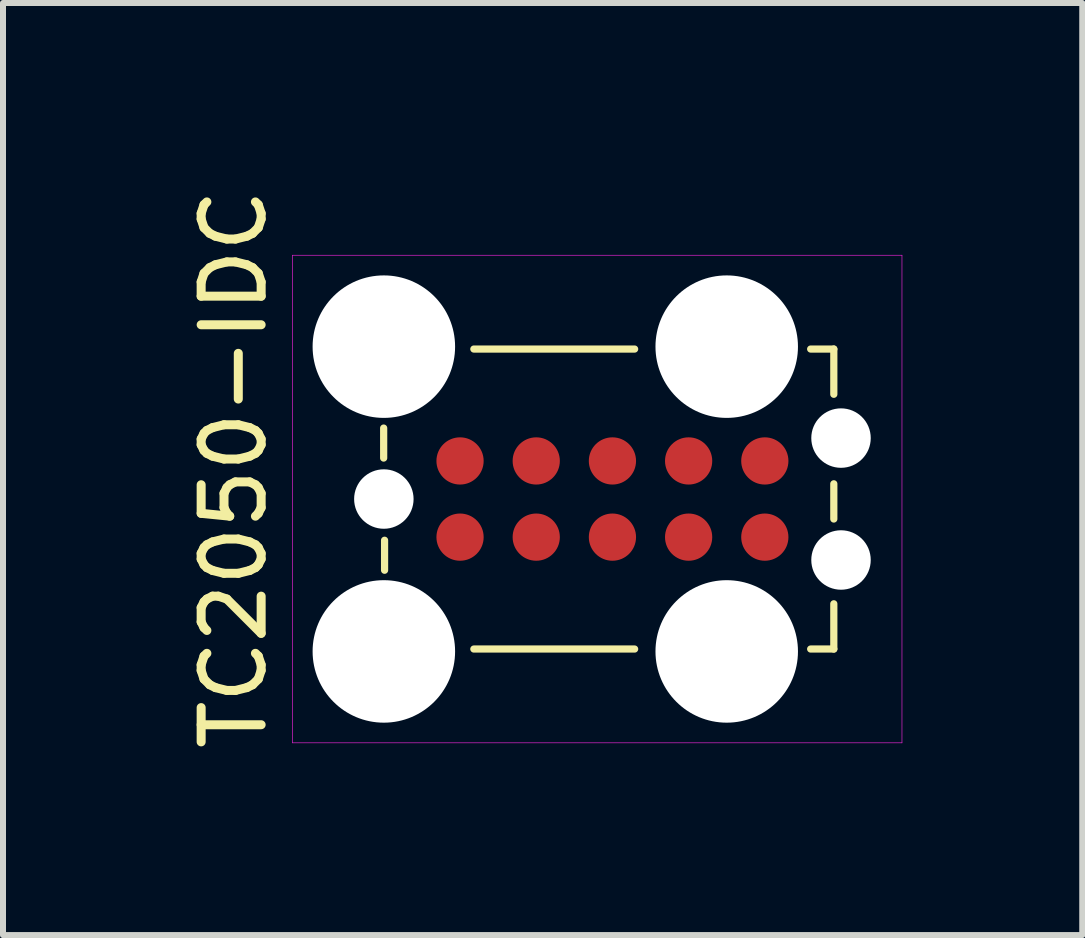
<source format=kicad_pcb>
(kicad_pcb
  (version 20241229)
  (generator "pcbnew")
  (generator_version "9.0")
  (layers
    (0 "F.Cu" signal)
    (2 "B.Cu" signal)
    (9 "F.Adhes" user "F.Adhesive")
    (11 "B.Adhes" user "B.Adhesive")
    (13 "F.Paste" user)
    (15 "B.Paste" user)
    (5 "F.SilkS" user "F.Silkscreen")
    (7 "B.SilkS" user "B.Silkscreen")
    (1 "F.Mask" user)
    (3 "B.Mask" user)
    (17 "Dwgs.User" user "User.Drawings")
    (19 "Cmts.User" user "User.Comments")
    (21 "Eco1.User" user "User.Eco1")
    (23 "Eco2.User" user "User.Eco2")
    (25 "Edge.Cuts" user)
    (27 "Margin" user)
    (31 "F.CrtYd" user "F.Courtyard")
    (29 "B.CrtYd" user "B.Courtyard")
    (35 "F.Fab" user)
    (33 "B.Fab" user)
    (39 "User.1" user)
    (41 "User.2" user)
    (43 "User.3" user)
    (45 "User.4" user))
  (footprint "TC2050-IDC"
    (layer "F.Cu")
    (at 3.348 5.268)
    (property "Reference" "TC2050-IDC" (at -2.5 -0.5 90) (layer "F.SilkS") (effects (font (size 1 1) (thickness 0.15))))
    (attr through_hole)
    (fp_line (start -0.003 -0.683) (end -0.003 -1.183) (stroke (width 0.12) (type solid)) (layer "F.SilkS"))
    (fp_line (start 0.012 1.187) (end 0.012 0.687) (stroke (width 0.12) (type solid)) (layer "F.SilkS"))
    (fp_line (start 1.5 -2.5) (end 4.18 -2.5) (stroke (width 0.12) (type solid)) (layer "F.SilkS"))
    (fp_line (start 4.18 2.5) (end 1.5 2.5) (stroke (width 0.12) (type solid)) (layer "F.SilkS"))
    (fp_line (start 7.114 -2.5) (end 7.5 -2.5) (stroke (width 0.12) (type solid)) (layer "F.SilkS"))
    (fp_line (start 7.114 2.5) (end 7.5 2.5) (stroke (width 0.12) (type solid)) (layer "F.SilkS"))
    (fp_line (start 7.5 -2.5) (end 7.5 -1.746) (stroke (width 0.12) (type solid)) (layer "F.SilkS"))
    (fp_line (start 7.5 -0.254) (end 7.5 0.333) (stroke (width 0.12) (type solid)) (layer "F.SilkS"))
    (fp_line (start 7.5 1.746) (end 7.5 2.5) (stroke (width 0.12) (type solid)) (layer "F.SilkS"))
    (fp_line (start -1.524 -4.064) (end -1.524 4.064) (stroke (width 0.01) (type solid)) (layer "F.CrtYd"))
    (fp_line (start -1.524 -4.064) (end 8.636 -4.064) (stroke (width 0.01) (type solid)) (layer "F.CrtYd"))
    (fp_line (start -1.524 4.064) (end 8.636 4.064) (stroke (width 0.01) (type solid)) (layer "F.CrtYd"))
    (fp_line (start 8.636 -4.064) (end 8.636 4.064) (stroke (width 0.01) (type solid)) (layer "F.CrtYd"))
    (pad "" np_thru_hole circle (at 0 -2.54) (size 2.375 2.375) (drill 2.375) (layers "*.Cu" "*.Mask"))
    (pad "" np_thru_hole circle (at 0 0) (size 0.991 0.991) (drill 0.991) (layers "*.Cu" "*.Mask"))
    (pad "" np_thru_hole circle (at 0 2.54) (size 2.375 2.375) (drill 2.375) (layers "*.Cu" "*.Mask"))
    (pad "" np_thru_hole circle (at 5.715 -2.54) (size 2.375 2.375) (drill 2.375) (layers "*.Cu" "*.Mask"))
    (pad "" np_thru_hole circle (at 5.715 2.54) (size 2.375 2.375) (drill 2.375) (layers "*.Cu" "*.Mask"))
    (pad "" np_thru_hole circle (at 7.62 -1.016) (size 0.991 0.991) (drill 0.991) (layers "*.Cu" "*.Mask"))
    (pad "" np_thru_hole circle (at 7.62 1.016) (size 0.991 0.991) (drill 0.991) (layers "*.Cu" "*.Mask"))
    (pad "1" smd circle (at 1.27 0.635) (size 0.787 0.787) (layers "F.Cu" "F.Mask"))
    (pad "2" smd circle (at 2.54 0.635) (size 0.787 0.787) (layers "F.Cu" "F.Mask"))
    (pad "3" smd circle (at 3.81 0.635) (size 0.787 0.787) (layers "F.Cu" "F.Mask"))
    (pad "4" smd circle (at 5.08 0.635) (size 0.787 0.787) (layers "F.Cu" "F.Mask"))
    (pad "5" smd circle (at 6.35 0.635) (size 0.787 0.787) (layers "F.Cu" "F.Mask"))
    (pad "6" smd circle (at 6.35 -0.635) (size 0.787 0.787) (layers "F.Cu" "F.Mask"))
    (pad "7" smd circle (at 5.08 -0.635) (size 0.787 0.787) (layers "F.Cu" "F.Mask"))
    (pad "8" smd circle (at 3.81 -0.635) (size 0.787 0.787) (layers "F.Cu" "F.Mask"))
    (pad "9" smd circle (at 2.54 -0.635) (size 0.787 0.787) (layers "F.Cu" "F.Mask"))
    (pad "10" smd circle (at 1.27 -0.635) (size 0.787 0.787) (layers "F.Cu" "F.Mask")))
  (gr_rect
    (start -3 -3)
    (end 14.989 12.536)
    (stroke (width 0.1) (type default))
    (fill no)
    (layer "Edge.Cuts")))
</source>
